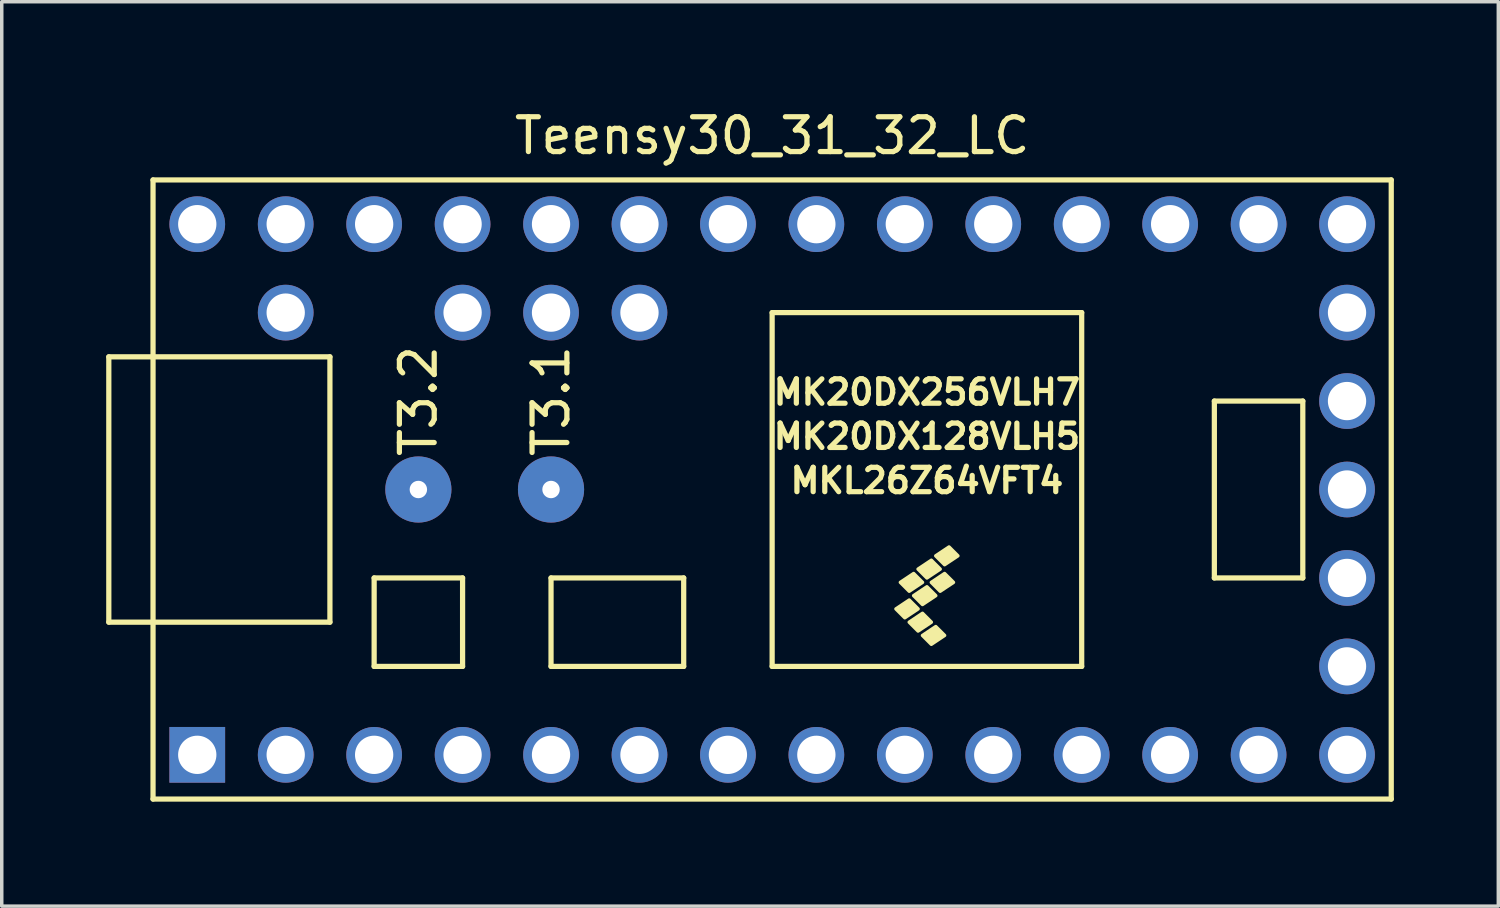
<source format=kicad_pcb>
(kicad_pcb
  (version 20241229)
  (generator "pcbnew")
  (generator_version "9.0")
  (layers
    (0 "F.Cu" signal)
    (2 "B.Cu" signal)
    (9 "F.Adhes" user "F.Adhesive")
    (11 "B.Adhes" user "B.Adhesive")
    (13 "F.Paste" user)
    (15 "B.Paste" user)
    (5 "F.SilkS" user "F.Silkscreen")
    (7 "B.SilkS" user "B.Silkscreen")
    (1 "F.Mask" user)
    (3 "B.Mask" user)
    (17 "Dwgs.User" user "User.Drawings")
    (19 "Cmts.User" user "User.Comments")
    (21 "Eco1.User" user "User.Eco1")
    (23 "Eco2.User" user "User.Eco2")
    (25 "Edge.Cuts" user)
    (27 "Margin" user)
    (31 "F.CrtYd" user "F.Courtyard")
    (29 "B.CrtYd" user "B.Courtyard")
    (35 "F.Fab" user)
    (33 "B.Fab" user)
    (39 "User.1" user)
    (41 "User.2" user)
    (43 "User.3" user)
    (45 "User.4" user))
  (footprint "Teensy30_31_32_LC"
    (layer "F.Cu")
    (at 19.125 11.008)
    (property "Reference" "Teensy30_31_32_LC" (at 0 -10.16 0) (layer "F.SilkS") (effects (font (size 1 1) (thickness 0.15))))
    (attr through_hole)
    (fp_line (start -19.05 -3.81) (end -17.78 -3.81) (stroke (width 0.15) (type solid)) (layer "F.SilkS"))
    (fp_line (start -19.05 3.81) (end -19.05 -3.81) (stroke (width 0.15) (type solid)) (layer "F.SilkS"))
    (fp_line (start -17.78 -8.89) (end 17.78 -8.89) (stroke (width 0.15) (type solid)) (layer "F.SilkS"))
    (fp_line (start -17.78 3.81) (end -19.05 3.81) (stroke (width 0.15) (type solid)) (layer "F.SilkS"))
    (fp_line (start -17.78 8.89) (end -17.78 -8.89) (stroke (width 0.15) (type solid)) (layer "F.SilkS"))
    (fp_line (start -12.7 -3.81) (end -17.78 -3.81) (stroke (width 0.15) (type solid)) (layer "F.SilkS"))
    (fp_line (start -12.7 3.81) (end -17.78 3.81) (stroke (width 0.15) (type solid)) (layer "F.SilkS"))
    (fp_line (start -12.7 3.81) (end -12.7 -3.81) (stroke (width 0.15) (type solid)) (layer "F.SilkS"))
    (fp_line (start -11.43 2.54) (end -11.43 5.08) (stroke (width 0.15) (type solid)) (layer "F.SilkS"))
    (fp_line (start -11.43 5.08) (end -8.89 5.08) (stroke (width 0.15) (type solid)) (layer "F.SilkS"))
    (fp_line (start -8.89 2.54) (end -11.43 2.54) (stroke (width 0.15) (type solid)) (layer "F.SilkS"))
    (fp_line (start -8.89 5.08) (end -8.89 2.54) (stroke (width 0.15) (type solid)) (layer "F.SilkS"))
    (fp_line (start -6.35 2.54) (end -6.35 5.08) (stroke (width 0.15) (type solid)) (layer "F.SilkS"))
    (fp_line (start -6.35 5.08) (end -2.54 5.08) (stroke (width 0.15) (type solid)) (layer "F.SilkS"))
    (fp_line (start -2.54 2.54) (end -6.35 2.54) (stroke (width 0.15) (type solid)) (layer "F.SilkS"))
    (fp_line (start -2.54 5.08) (end -2.54 2.54) (stroke (width 0.15) (type solid)) (layer "F.SilkS"))
    (fp_line (start 0 -5.08) (end 0 5.08) (stroke (width 0.15) (type solid)) (layer "F.SilkS"))
    (fp_line (start 8.89 -5.08) (end 0 -5.08) (stroke (width 0.15) (type solid)) (layer "F.SilkS"))
    (fp_line (start 8.89 5.08) (end 0 5.08) (stroke (width 0.15) (type solid)) (layer "F.SilkS"))
    (fp_line (start 8.89 5.08) (end 8.89 -5.08) (stroke (width 0.15) (type solid)) (layer "F.SilkS"))
    (fp_line (start 12.7 -2.54) (end 15.24 -2.54) (stroke (width 0.15) (type solid)) (layer "F.SilkS"))
    (fp_line (start 12.7 2.54) (end 12.7 -2.54) (stroke (width 0.15) (type solid)) (layer "F.SilkS"))
    (fp_line (start 15.24 -2.54) (end 15.24 2.54) (stroke (width 0.15) (type solid)) (layer "F.SilkS"))
    (fp_line (start 15.24 2.54) (end 12.7 2.54) (stroke (width 0.15) (type solid)) (layer "F.SilkS"))
    (fp_line (start 17.78 -8.89) (end 17.78 8.89) (stroke (width 0.15) (type solid)) (layer "F.SilkS"))
    (fp_line (start 17.78 8.89) (end -17.78 8.89) (stroke (width 0.15) (type solid)) (layer "F.SilkS"))
    (fp_poly (pts (xy 3.81 3.683) (xy 3.556 3.429) (xy 3.937 3.175) (xy 4.191 3.429)) (stroke (width 0.1) (type solid)) (fill yes) (layer "F.SilkS"))
    (fp_poly (pts (xy 3.937 2.921) (xy 3.683 2.667) (xy 4.064 2.413) (xy 4.318 2.667)) (stroke (width 0.1) (type solid)) (fill yes) (layer "F.SilkS"))
    (fp_poly (pts (xy 4.191 4.064) (xy 3.937 3.81) (xy 4.318 3.556) (xy 4.572 3.81)) (stroke (width 0.1) (type solid)) (fill yes) (layer "F.SilkS"))
    (fp_poly (pts (xy 4.318 3.302) (xy 4.064 3.048) (xy 4.445 2.794) (xy 4.699 3.048)) (stroke (width 0.1) (type solid)) (fill yes) (layer "F.SilkS"))
    (fp_poly (pts (xy 4.445 2.54) (xy 4.191 2.286) (xy 4.572 2.032) (xy 4.826 2.286)) (stroke (width 0.1) (type solid)) (fill yes) (layer "F.SilkS"))
    (fp_poly (pts (xy 4.572 4.445) (xy 4.318 4.191) (xy 4.699 3.937) (xy 4.953 4.191)) (stroke (width 0.1) (type solid)) (fill yes) (layer "F.SilkS"))
    (fp_poly (pts (xy 4.826 2.921) (xy 4.572 2.667) (xy 4.953 2.413) (xy 5.207 2.667)) (stroke (width 0.1) (type solid)) (fill yes) (layer "F.SilkS"))
    (fp_poly (pts (xy 4.953 2.159) (xy 4.699 1.905) (xy 5.08 1.651) (xy 5.334 1.905)) (stroke (width 0.1) (type solid)) (fill yes) (layer "F.SilkS"))
    (fp_text user "MKL26Z64VFT4" (at 4.445 -0.254 0) (layer "F.SilkS") (effects (font (size 0.7 0.7) (thickness 0.15))))
    (fp_text user "T3.2" (at -10.16 -2.54 90) (layer "F.SilkS") (effects (font (size 1 1) (thickness 0.15))))
    (fp_text user "MK20DX128VLH5" (at 4.445 -1.524 0) (layer "F.SilkS") (effects (font (size 0.7 0.7) (thickness 0.15))))
    (fp_text user "MK20DX256VLH7" (at 4.445 -2.794 0) (layer "F.SilkS") (effects (font (size 0.7 0.7) (thickness 0.15))))
    (fp_text user "T3.1" (at -6.35 -2.54 90) (layer "F.SilkS") (effects (font (size 1 1) (thickness 0.15))))
    (pad "1" thru_hole rect (at -16.51 7.62) (size 1.6 1.6) (drill 1.1) (layers "*.Cu" "*.Mask"))
    (pad "2" thru_hole circle (at -13.97 7.62) (size 1.6 1.6) (drill 1.1) (layers "*.Cu" "*.Mask"))
    (pad "3" thru_hole circle (at -11.43 7.62) (size 1.6 1.6) (drill 1.1) (layers "*.Cu" "*.Mask"))
    (pad "4" thru_hole circle (at -8.89 7.62) (size 1.6 1.6) (drill 1.1) (layers "*.Cu" "*.Mask"))
    (pad "5" thru_hole circle (at -6.35 7.62) (size 1.6 1.6) (drill 1.1) (layers "*.Cu" "*.Mask"))
    (pad "6" thru_hole circle (at -3.81 7.62) (size 1.6 1.6) (drill 1.1) (layers "*.Cu" "*.Mask"))
    (pad "7" thru_hole circle (at -1.27 7.62) (size 1.6 1.6) (drill 1.1) (layers "*.Cu" "*.Mask"))
    (pad "8" thru_hole circle (at 1.27 7.62) (size 1.6 1.6) (drill 1.1) (layers "*.Cu" "*.Mask"))
    (pad "9" thru_hole circle (at 3.81 7.62) (size 1.6 1.6) (drill 1.1) (layers "*.Cu" "*.Mask"))
    (pad "10" thru_hole circle (at 6.35 7.62) (size 1.6 1.6) (drill 1.1) (layers "*.Cu" "*.Mask"))
    (pad "11" thru_hole circle (at 8.89 7.62) (size 1.6 1.6) (drill 1.1) (layers "*.Cu" "*.Mask"))
    (pad "12" thru_hole circle (at 11.43 7.62) (size 1.6 1.6) (drill 1.1) (layers "*.Cu" "*.Mask"))
    (pad "13" thru_hole circle (at 13.97 7.62) (size 1.6 1.6) (drill 1.1) (layers "*.Cu" "*.Mask"))
    (pad "14" thru_hole circle (at 16.51 7.62) (size 1.6 1.6) (drill 1.1) (layers "*.Cu" "*.Mask"))
    (pad "15" thru_hole circle (at 16.51 5.08) (size 1.6 1.6) (drill 1.1) (layers "*.Cu" "*.Mask"))
    (pad "16" thru_hole circle (at 16.51 2.54) (size 1.6 1.6) (drill 1.1) (layers "*.Cu" "*.Mask"))
    (pad "17" thru_hole circle (at 16.51 0) (size 1.6 1.6) (drill 1.1) (layers "*.Cu" "*.Mask"))
    (pad "18" thru_hole circle (at 16.51 -2.54) (size 1.6 1.6) (drill 1.1) (layers "*.Cu" "*.Mask"))
    (pad "19" thru_hole circle (at 16.51 -5.08) (size 1.6 1.6) (drill 1.1) (layers "*.Cu" "*.Mask"))
    (pad "20" thru_hole circle (at 16.51 -7.62) (size 1.6 1.6) (drill 1.1) (layers "*.Cu" "*.Mask"))
    (pad "21" thru_hole circle (at 13.97 -7.62) (size 1.6 1.6) (drill 1.1) (layers "*.Cu" "*.Mask"))
    (pad "22" thru_hole circle (at 11.43 -7.62) (size 1.6 1.6) (drill 1.1) (layers "*.Cu" "*.Mask"))
    (pad "23" thru_hole circle (at 8.89 -7.62) (size 1.6 1.6) (drill 1.1) (layers "*.Cu" "*.Mask"))
    (pad "24" thru_hole circle (at 6.35 -7.62) (size 1.6 1.6) (drill 1.1) (layers "*.Cu" "*.Mask"))
    (pad "25" thru_hole circle (at 3.81 -7.62) (size 1.6 1.6) (drill 1.1) (layers "*.Cu" "*.Mask"))
    (pad "26" thru_hole circle (at 1.27 -7.62) (size 1.6 1.6) (drill 1.1) (layers "*.Cu" "*.Mask"))
    (pad "27" thru_hole circle (at -1.27 -7.62) (size 1.6 1.6) (drill 1.1) (layers "*.Cu" "*.Mask"))
    (pad "28" thru_hole circle (at -3.81 -7.62) (size 1.6 1.6) (drill 1.1) (layers "*.Cu" "*.Mask"))
    (pad "29" thru_hole circle (at -6.35 -7.62) (size 1.6 1.6) (drill 1.1) (layers "*.Cu" "*.Mask"))
    (pad "30" thru_hole circle (at -8.89 -7.62) (size 1.6 1.6) (drill 1.1) (layers "*.Cu" "*.Mask"))
    (pad "31" thru_hole circle (at -11.43 -7.62) (size 1.6 1.6) (drill 1.1) (layers "*.Cu" "*.Mask"))
    (pad "32" thru_hole circle (at -13.97 -7.62) (size 1.6 1.6) (drill 1.1) (layers "*.Cu" "*.Mask"))
    (pad "33" thru_hole circle (at -16.51 -7.62) (size 1.6 1.6) (drill 1.1) (layers "*.Cu" "*.Mask"))
    (pad "34" thru_hole circle (at -13.97 -5.08) (size 1.6 1.6) (drill 1.1) (layers "*.Cu" "*.Mask"))
    (pad "35" thru_hole circle (at -8.89 -5.08) (size 1.6 1.6) (drill 1.1) (layers "*.Cu" "*.Mask"))
    (pad "36" thru_hole circle (at -6.35 -5.08) (size 1.6 1.6) (drill 1.1) (layers "*.Cu" "*.Mask"))
    (pad "37" thru_hole circle (at -3.81 -5.08) (size 1.6 1.6) (drill 1.1) (layers "*.Cu" "*.Mask"))
    (pad "52" thru_hole circle (at -10.16 0) (size 1.9 1.9) (drill 0.5) (layers "*.Cu" "*.Mask"))
    (pad "52" thru_hole circle (at -6.35 0) (size 1.9 1.9) (drill 0.5) (layers "*.Cu" "*.Mask")))
  (gr_rect
    (start -3 -3)
    (end 39.98 22.973)
    (stroke (width 0.1) (type default))
    (fill no)
    (layer "Edge.Cuts")))
</source>
